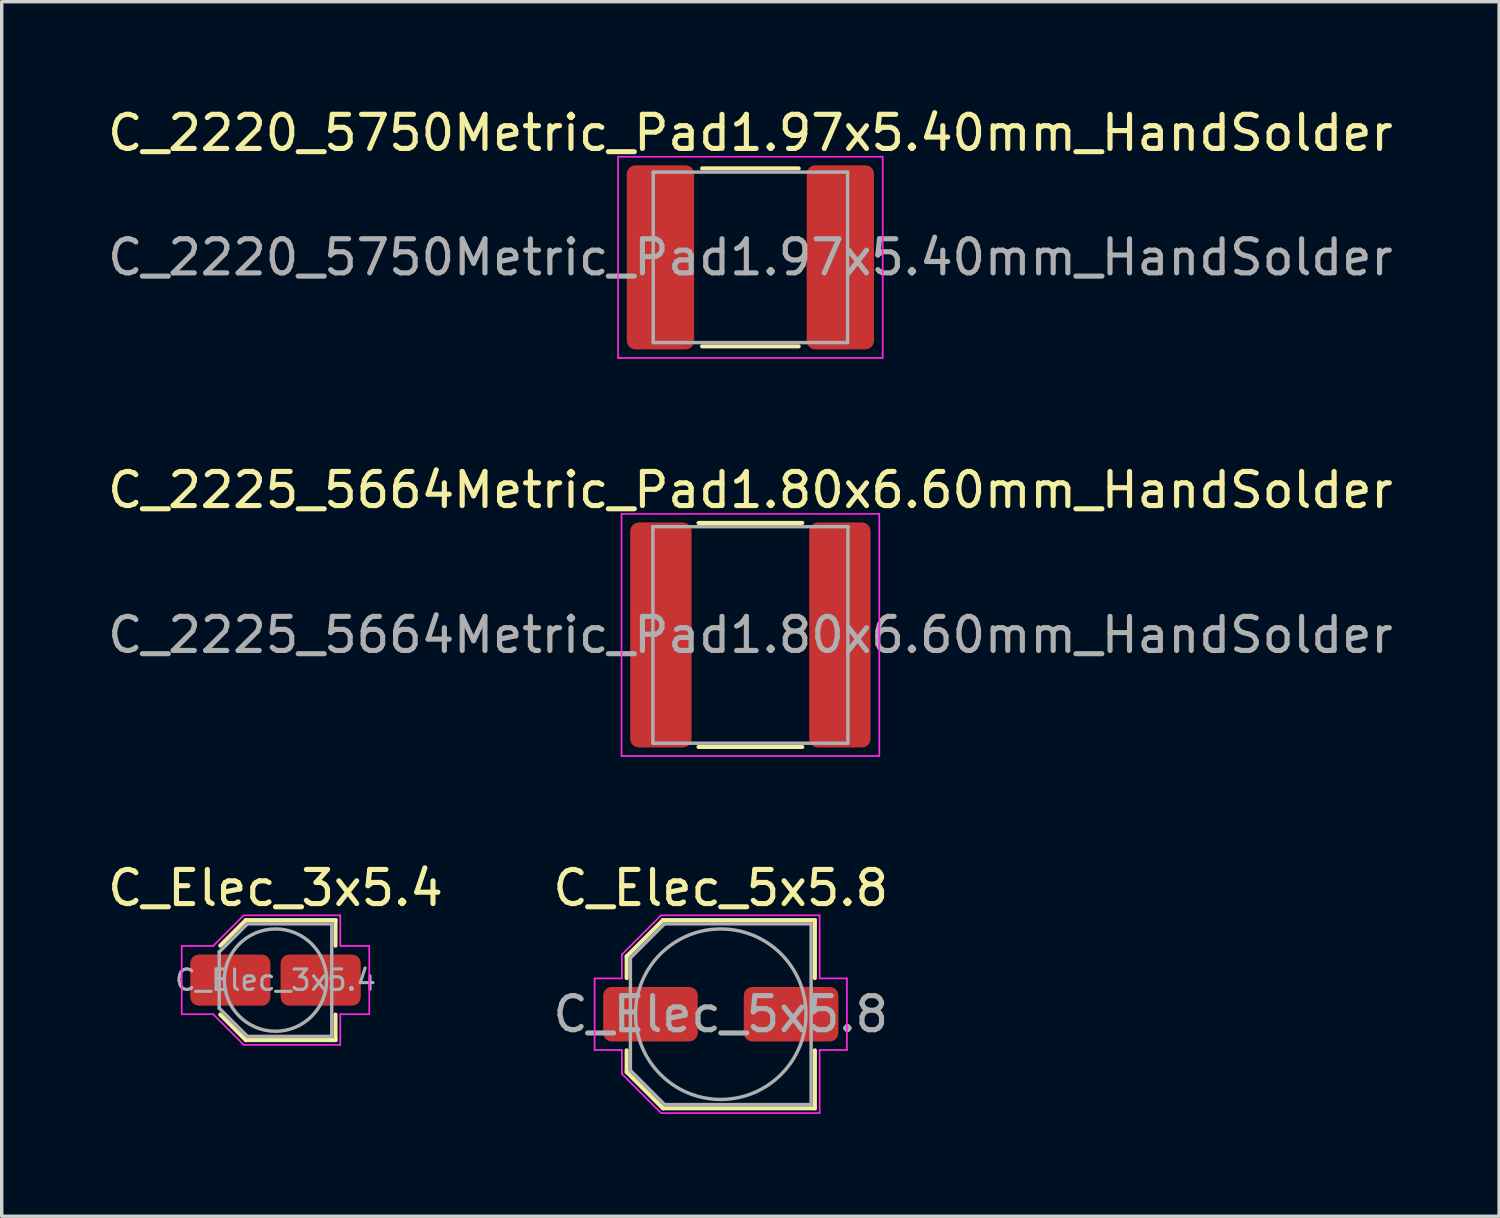
<source format=kicad_pcb>
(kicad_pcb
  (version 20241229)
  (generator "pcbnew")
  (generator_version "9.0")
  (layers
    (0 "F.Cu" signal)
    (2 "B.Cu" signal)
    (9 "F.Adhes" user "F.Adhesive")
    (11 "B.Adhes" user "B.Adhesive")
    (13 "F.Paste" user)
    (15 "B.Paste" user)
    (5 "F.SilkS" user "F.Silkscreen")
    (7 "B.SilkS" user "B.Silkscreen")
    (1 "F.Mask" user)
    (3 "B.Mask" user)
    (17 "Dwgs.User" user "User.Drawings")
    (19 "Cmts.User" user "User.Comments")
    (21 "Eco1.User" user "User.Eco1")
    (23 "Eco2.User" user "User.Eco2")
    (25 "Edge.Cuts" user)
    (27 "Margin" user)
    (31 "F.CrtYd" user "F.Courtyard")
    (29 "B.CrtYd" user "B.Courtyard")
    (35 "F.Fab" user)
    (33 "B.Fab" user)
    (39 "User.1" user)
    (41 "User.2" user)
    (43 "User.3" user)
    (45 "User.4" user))
  (footprint "C_Elec_3x5.4"
    (layer "F.Cu")
    (at 5.03 25.695)
    (property "Reference" "C_Elec_3x5.4" (at 0 -2.7 0) (layer "F.SilkS") (effects (font (size 1 1) (thickness 0.15))))
    (attr smd)
    (fp_line (start -1.621 -1.01) (end -0.871 -1.76) (stroke (width 0.12) (type solid)) (layer "F.SilkS"))
    (fp_line (start -1.621 1.01) (end -0.871 1.76) (stroke (width 0.12) (type solid)) (layer "F.SilkS"))
    (fp_line (start -0.871 -1.76) (end 1.76 -1.76) (stroke (width 0.12) (type solid)) (layer "F.SilkS"))
    (fp_line (start -0.871 1.76) (end 1.76 1.76) (stroke (width 0.12) (type solid)) (layer "F.SilkS"))
    (fp_line (start 1.76 -1.76) (end 1.76 -1.01) (stroke (width 0.12) (type solid)) (layer "F.SilkS"))
    (fp_line (start 1.76 1.76) (end 1.76 1.01) (stroke (width 0.12) (type solid)) (layer "F.SilkS"))
    (fp_line (start -2.75 -1) (end -2.75 1) (stroke (width 0.05) (type solid)) (layer "F.CrtYd"))
    (fp_line (start -2.75 1) (end -1.83 1) (stroke (width 0.05) (type solid)) (layer "F.CrtYd"))
    (fp_line (start -1.83 -1) (end -2.75 -1) (stroke (width 0.05) (type solid)) (layer "F.CrtYd"))
    (fp_line (start -1.83 -1) (end -0.93 -1.9) (stroke (width 0.05) (type solid)) (layer "F.CrtYd"))
    (fp_line (start -1.83 1) (end -0.93 1.9) (stroke (width 0.05) (type solid)) (layer "F.CrtYd"))
    (fp_line (start -0.93 -1.9) (end 1.9 -1.9) (stroke (width 0.05) (type solid)) (layer "F.CrtYd"))
    (fp_line (start -0.93 1.9) (end 1.9 1.9) (stroke (width 0.05) (type solid)) (layer "F.CrtYd"))
    (fp_line (start 1.9 -1.9) (end 1.9 -1) (stroke (width 0.05) (type solid)) (layer "F.CrtYd"))
    (fp_line (start 1.9 -1) (end 2.75 -1) (stroke (width 0.05) (type solid)) (layer "F.CrtYd"))
    (fp_line (start 1.9 1) (end 1.9 1.9) (stroke (width 0.05) (type solid)) (layer "F.CrtYd"))
    (fp_line (start 2.75 -1) (end 2.75 1) (stroke (width 0.05) (type solid)) (layer "F.CrtYd"))
    (fp_line (start 2.75 1) (end 1.9 1) (stroke (width 0.05) (type solid)) (layer "F.CrtYd"))
    (fp_line (start -1.65 -0.825) (end -1.65 0.825) (stroke (width 0.1) (type solid)) (layer "F.Fab"))
    (fp_line (start -1.65 -0.825) (end -0.825 -1.65) (stroke (width 0.1) (type solid)) (layer "F.Fab"))
    (fp_line (start -1.65 0.825) (end -0.825 1.65) (stroke (width 0.1) (type solid)) (layer "F.Fab"))
    (fp_line (start -0.825 -1.65) (end 1.65 -1.65) (stroke (width 0.1) (type solid)) (layer "F.Fab"))
    (fp_line (start -0.825 1.65) (end 1.65 1.65) (stroke (width 0.1) (type solid)) (layer "F.Fab"))
    (fp_line (start 1.65 -1.65) (end 1.65 1.65) (stroke (width 0.1) (type solid)) (layer "F.Fab"))
    (fp_circle (center 0 0) (end 1.5 0) (stroke (width 0.1) (type solid)) (fill no) (layer "F.Fab"))
    (fp_text user "${REFERENCE}" (at 0 0 0) (layer "F.Fab") (effects (font (size 0.6 0.6) (thickness 0.09))))
    (pad "1" smd roundrect (at -1.325 0) (size 2.35 1.5) (layers "F.Cu" "F.Mask" "F.Paste") (roundrect_rratio 0.167))
    (pad "2" smd roundrect (at 1.325 0) (size 2.35 1.5) (layers "F.Cu" "F.Mask" "F.Paste") (roundrect_rratio 0.167)))
  (footprint "C_2220_5750Metric_Pad1.97x5.40mm_HandSolder"
    (layer "F.Cu")
    (at 18.958 4.498)
    (property "Reference" "C_2220_5750Metric_Pad1.97x5.40mm_HandSolder" (at 0 -3.65 0) (layer "F.SilkS") (effects (font (size 1 1) (thickness 0.15))))
    (attr smd)
    (fp_line (start -1.416 -2.61) (end 1.416 -2.61) (stroke (width 0.12) (type solid)) (layer "F.SilkS"))
    (fp_line (start -1.416 2.61) (end 1.416 2.61) (stroke (width 0.12) (type solid)) (layer "F.SilkS"))
    (fp_line (start -3.88 -2.95) (end 3.88 -2.95) (stroke (width 0.05) (type solid)) (layer "F.CrtYd"))
    (fp_line (start -3.88 2.95) (end -3.88 -2.95) (stroke (width 0.05) (type solid)) (layer "F.CrtYd"))
    (fp_line (start 3.88 -2.95) (end 3.88 2.95) (stroke (width 0.05) (type solid)) (layer "F.CrtYd"))
    (fp_line (start 3.88 2.95) (end -3.88 2.95) (stroke (width 0.05) (type solid)) (layer "F.CrtYd"))
    (fp_line (start -2.85 -2.5) (end 2.85 -2.5) (stroke (width 0.1) (type solid)) (layer "F.Fab"))
    (fp_line (start -2.85 2.5) (end -2.85 -2.5) (stroke (width 0.1) (type solid)) (layer "F.Fab"))
    (fp_line (start 2.85 -2.5) (end 2.85 2.5) (stroke (width 0.1) (type solid)) (layer "F.Fab"))
    (fp_line (start 2.85 2.5) (end -2.85 2.5) (stroke (width 0.1) (type solid)) (layer "F.Fab"))
    (fp_text user "${REFERENCE}" (at 0 0 0) (layer "F.Fab") (effects (font (size 1 1) (thickness 0.15))))
    (pad "1" smd roundrect (at -2.638 0) (size 1.975 5.4) (layers "F.Cu" "F.Mask" "F.Paste") (roundrect_rratio 0.127))
    (pad "2" smd roundrect (at 2.638 0) (size 1.975 5.4) (layers "F.Cu" "F.Mask" "F.Paste") (roundrect_rratio 0.127)))
  (footprint "C_2225_5664Metric_Pad1.80x6.60mm_HandSolder"
    (layer "F.Cu")
    (at 18.958 15.572)
    (property "Reference" "C_2225_5664Metric_Pad1.80x6.60mm_HandSolder" (at 0 -4.25 0) (layer "F.SilkS") (effects (font (size 1 1) (thickness 0.15))))
    (attr smd)
    (fp_line (start -1.522 -3.285) (end 1.522 -3.285) (stroke (width 0.12) (type solid)) (layer "F.SilkS"))
    (fp_line (start -1.522 3.285) (end 1.522 3.285) (stroke (width 0.12) (type solid)) (layer "F.SilkS"))
    (fp_line (start -3.78 -3.55) (end 3.78 -3.55) (stroke (width 0.05) (type solid)) (layer "F.CrtYd"))
    (fp_line (start -3.78 3.55) (end -3.78 -3.55) (stroke (width 0.05) (type solid)) (layer "F.CrtYd"))
    (fp_line (start 3.78 -3.55) (end 3.78 3.55) (stroke (width 0.05) (type solid)) (layer "F.CrtYd"))
    (fp_line (start 3.78 3.55) (end -3.78 3.55) (stroke (width 0.05) (type solid)) (layer "F.CrtYd"))
    (fp_line (start -2.86 -3.175) (end 2.86 -3.175) (stroke (width 0.1) (type solid)) (layer "F.Fab"))
    (fp_line (start -2.86 3.175) (end -2.86 -3.175) (stroke (width 0.1) (type solid)) (layer "F.Fab"))
    (fp_line (start 2.86 -3.175) (end 2.86 3.175) (stroke (width 0.1) (type solid)) (layer "F.Fab"))
    (fp_line (start 2.86 3.175) (end -2.86 3.175) (stroke (width 0.1) (type solid)) (layer "F.Fab"))
    (fp_text user "${REFERENCE}" (at 0 0 0) (layer "F.Fab") (effects (font (size 1 1) (thickness 0.15))))
    (pad "1" smd roundrect (at -2.625 0) (size 1.8 6.6) (layers "F.Cu" "F.Mask" "F.Paste") (roundrect_rratio 0.139))
    (pad "2" smd roundrect (at 2.625 0) (size 1.8 6.6) (layers "F.Cu" "F.Mask" "F.Paste") (roundrect_rratio 0.139)))
  (footprint "C_Elec_5x5.8"
    (layer "F.Cu")
    (at 18.089 26.695)
    (property "Reference" "C_Elec_5x5.8" (at 0 -3.7 0) (layer "F.SilkS") (effects (font (size 1 1) (thickness 0.15))))
    (attr smd)
    (fp_line (start -2.76 -1.696) (end -2.76 -1.06) (stroke (width 0.12) (type solid)) (layer "F.SilkS"))
    (fp_line (start -2.76 -1.696) (end -1.696 -2.76) (stroke (width 0.12) (type solid)) (layer "F.SilkS"))
    (fp_line (start -2.76 1.696) (end -2.76 1.06) (stroke (width 0.12) (type solid)) (layer "F.SilkS"))
    (fp_line (start -2.76 1.696) (end -1.696 2.76) (stroke (width 0.12) (type solid)) (layer "F.SilkS"))
    (fp_line (start -1.696 -2.76) (end 2.76 -2.76) (stroke (width 0.12) (type solid)) (layer "F.SilkS"))
    (fp_line (start -1.696 2.76) (end 2.76 2.76) (stroke (width 0.12) (type solid)) (layer "F.SilkS"))
    (fp_line (start 2.76 -2.76) (end 2.76 -1.06) (stroke (width 0.12) (type solid)) (layer "F.SilkS"))
    (fp_line (start 2.76 2.76) (end 2.76 1.06) (stroke (width 0.12) (type solid)) (layer "F.SilkS"))
    (fp_line (start -3.7 -1.05) (end -3.7 1.05) (stroke (width 0.05) (type solid)) (layer "F.CrtYd"))
    (fp_line (start -3.7 1.05) (end -2.9 1.05) (stroke (width 0.05) (type solid)) (layer "F.CrtYd"))
    (fp_line (start -2.9 -1.75) (end -2.9 -1.05) (stroke (width 0.05) (type solid)) (layer "F.CrtYd"))
    (fp_line (start -2.9 -1.75) (end -1.75 -2.9) (stroke (width 0.05) (type solid)) (layer "F.CrtYd"))
    (fp_line (start -2.9 -1.05) (end -3.7 -1.05) (stroke (width 0.05) (type solid)) (layer "F.CrtYd"))
    (fp_line (start -2.9 1.05) (end -2.9 1.75) (stroke (width 0.05) (type solid)) (layer "F.CrtYd"))
    (fp_line (start -2.9 1.75) (end -1.75 2.9) (stroke (width 0.05) (type solid)) (layer "F.CrtYd"))
    (fp_line (start -1.75 -2.9) (end 2.9 -2.9) (stroke (width 0.05) (type solid)) (layer "F.CrtYd"))
    (fp_line (start -1.75 2.9) (end 2.9 2.9) (stroke (width 0.05) (type solid)) (layer "F.CrtYd"))
    (fp_line (start 2.9 -2.9) (end 2.9 -1.05) (stroke (width 0.05) (type solid)) (layer "F.CrtYd"))
    (fp_line (start 2.9 -1.05) (end 3.7 -1.05) (stroke (width 0.05) (type solid)) (layer "F.CrtYd"))
    (fp_line (start 2.9 1.05) (end 2.9 2.9) (stroke (width 0.05) (type solid)) (layer "F.CrtYd"))
    (fp_line (start 3.7 -1.05) (end 3.7 1.05) (stroke (width 0.05) (type solid)) (layer "F.CrtYd"))
    (fp_line (start 3.7 1.05) (end 2.9 1.05) (stroke (width 0.05) (type solid)) (layer "F.CrtYd"))
    (fp_line (start -2.65 -1.65) (end -2.65 1.65) (stroke (width 0.1) (type solid)) (layer "F.Fab"))
    (fp_line (start -2.65 -1.65) (end -1.65 -2.65) (stroke (width 0.1) (type solid)) (layer "F.Fab"))
    (fp_line (start -2.65 1.65) (end -1.65 2.65) (stroke (width 0.1) (type solid)) (layer "F.Fab"))
    (fp_line (start -1.65 -2.65) (end 2.65 -2.65) (stroke (width 0.1) (type solid)) (layer "F.Fab"))
    (fp_line (start -1.65 2.65) (end 2.65 2.65) (stroke (width 0.1) (type solid)) (layer "F.Fab"))
    (fp_line (start 2.65 -2.65) (end 2.65 2.65) (stroke (width 0.1) (type solid)) (layer "F.Fab"))
    (fp_circle (center 0 0) (end 2.5 0) (stroke (width 0.1) (type solid)) (fill no) (layer "F.Fab"))
    (fp_text user "${REFERENCE}" (at 0 0 0) (layer "F.Fab") (effects (font (size 1 1) (thickness 0.15))))
    (pad "1" smd roundrect (at -2.062 0) (size 2.775 1.6) (layers "F.Cu" "F.Mask" "F.Paste") (roundrect_rratio 0.156))
    (pad "2" smd roundrect (at 2.062 0) (size 2.775 1.6) (layers "F.Cu" "F.Mask" "F.Paste") (roundrect_rratio 0.156)))
  (gr_rect
    (start -3 -3)
    (end 40.917 32.62)
    (stroke (width 0.1) (type default))
    (fill no)
    (layer "Edge.Cuts")))
</source>
